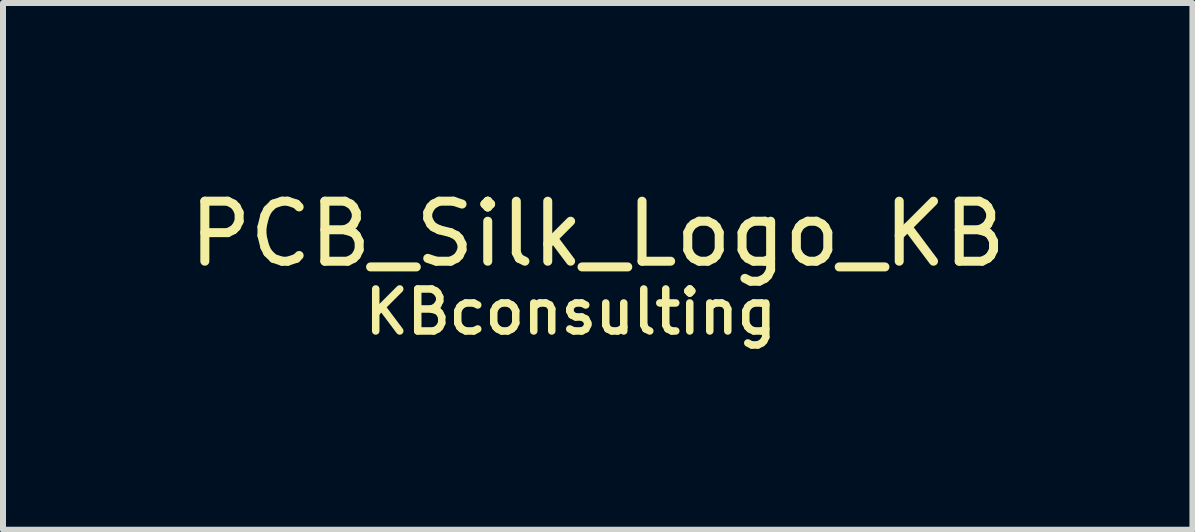
<source format=kicad_pcb>
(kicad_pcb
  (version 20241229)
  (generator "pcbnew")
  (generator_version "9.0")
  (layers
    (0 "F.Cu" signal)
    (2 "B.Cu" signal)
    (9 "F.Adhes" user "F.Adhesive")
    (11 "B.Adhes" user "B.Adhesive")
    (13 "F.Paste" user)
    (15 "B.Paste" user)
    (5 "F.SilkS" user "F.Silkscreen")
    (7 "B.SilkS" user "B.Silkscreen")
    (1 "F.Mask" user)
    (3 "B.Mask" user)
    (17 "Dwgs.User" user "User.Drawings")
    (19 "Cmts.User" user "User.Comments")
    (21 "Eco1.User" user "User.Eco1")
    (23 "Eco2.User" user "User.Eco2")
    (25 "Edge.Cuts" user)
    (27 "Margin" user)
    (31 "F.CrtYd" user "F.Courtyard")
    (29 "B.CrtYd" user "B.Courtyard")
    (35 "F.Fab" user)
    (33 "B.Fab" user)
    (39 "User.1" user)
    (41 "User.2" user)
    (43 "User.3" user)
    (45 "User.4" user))
  (footprint "PCB_Silk_Logo_KB"
    (layer "F.Cu")
    (at 6.361 2.248)
    (property "Reference" "PCB_Silk_Logo_KB" (at 0.55 -1.4 0) (unlocked yes) (layer "F.SilkS") (effects (font (size 1 1) (thickness 0.15))))
    (attr exclude_from_pos_files exclude_from_bom)
    (fp_text user "KBconsulting" (at 0.1 -0.1 0) (unlocked yes) (layer "F.SilkS") (effects (font (size 0.7 0.7) (thickness 0.125)))))
  (gr_rect
    (start -3 -3)
    (end 16.821 5.777)
    (stroke (width 0.1) (type default))
    (fill no)
    (layer "Edge.Cuts")))
</source>
